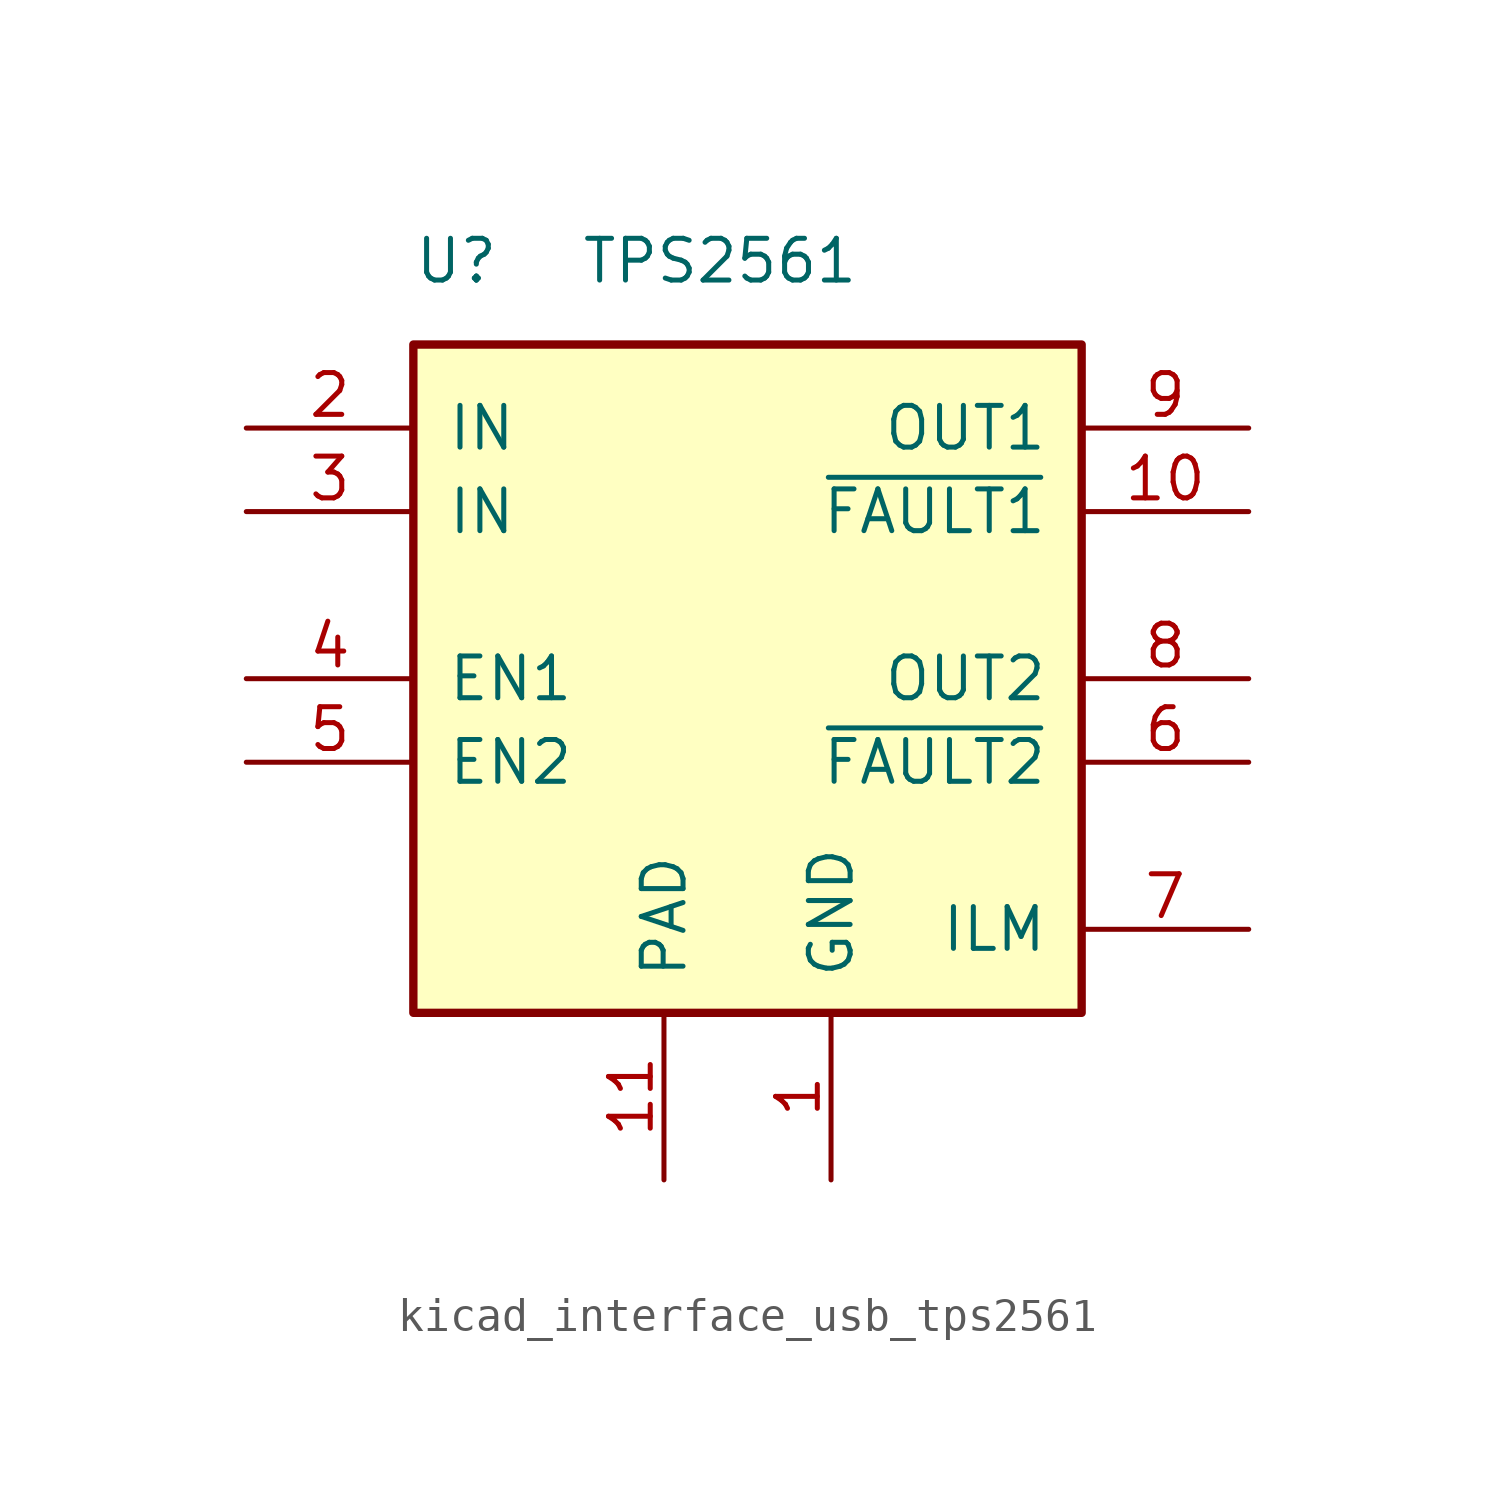
<source format=kicad_sym>
(kicad_symbol_lib
  (version 20220914)
  (generator kicad_symbol_editor)
  (symbol "kicad_interface_usb_tps2561"
    (pin_names
      (offset 1.016))
    (property "Reference" "U"
      (at -10.16 12.7 0)
      (effects (font (size 1.27 1.27)) (justify left)))
    (property "Value" "TPS2561"
      (at -5.08 12.7 0)
      (effects (font (size 1.27 1.27)) (justify left)))
    (symbol "kicad_interface_usb_tps2561_0_1"
      (rectangle (start -10.16 10.16) (end 10.16 -10.16) (stroke (width 0.254) (type default)) (fill (type background))))
    (symbol "kicad_interface_usb_tps2561_1_1"
      (pin power_in line (at 2.54 -15.24 90) (length 5.08) (name "GND" (effects (font (size 1.27 1.27)))) (number "1" (effects (font (size 1.27 1.27)))))
      (pin output line (at 15.24 5.08 180) (length 5.08) (name "~{FAULT1}" (effects (font (size 1.27 1.27)))) (number "10" (effects (font (size 1.27 1.27)))))
      (pin power_in line (at -2.54 -15.24 90) (length 5.08) (name "PAD" (effects (font (size 1.27 1.27)))) (number "11" (effects (font (size 1.27 1.27)))))
      (pin power_in line (at -15.24 7.62 0) (length 5.08) (name "IN" (effects (font (size 1.27 1.27)))) (number "2" (effects (font (size 1.27 1.27)))))
      (pin power_in line (at -15.24 5.08 0) (length 5.08) (name "IN" (effects (font (size 1.27 1.27)))) (number "3" (effects (font (size 1.27 1.27)))))
      (pin input line (at -15.24 0 0) (length 5.08) (name "EN1" (effects (font (size 1.27 1.27)))) (number "4" (effects (font (size 1.27 1.27)))))
      (pin input line (at -15.24 -2.54 0) (length 5.08) (name "EN2" (effects (font (size 1.27 1.27)))) (number "5" (effects (font (size 1.27 1.27)))))
      (pin output line (at 15.24 -2.54 180) (length 5.08) (name "~{FAULT2}" (effects (font (size 1.27 1.27)))) (number "6" (effects (font (size 1.27 1.27)))))
      (pin output line (at 15.24 -7.62 180) (length 5.08) (name "ILM" (effects (font (size 1.27 1.27)))) (number "7" (effects (font (size 1.27 1.27)))))
      (pin output line (at 15.24 0 180) (length 5.08) (name "OUT2" (effects (font (size 1.27 1.27)))) (number "8" (effects (font (size 1.27 1.27)))))
      (pin output line (at 15.24 7.62 180) (length 5.08) (name "OUT1" (effects (font (size 1.27 1.27)))) (number "9" (effects (font (size 1.27 1.27))))))))
</source>
